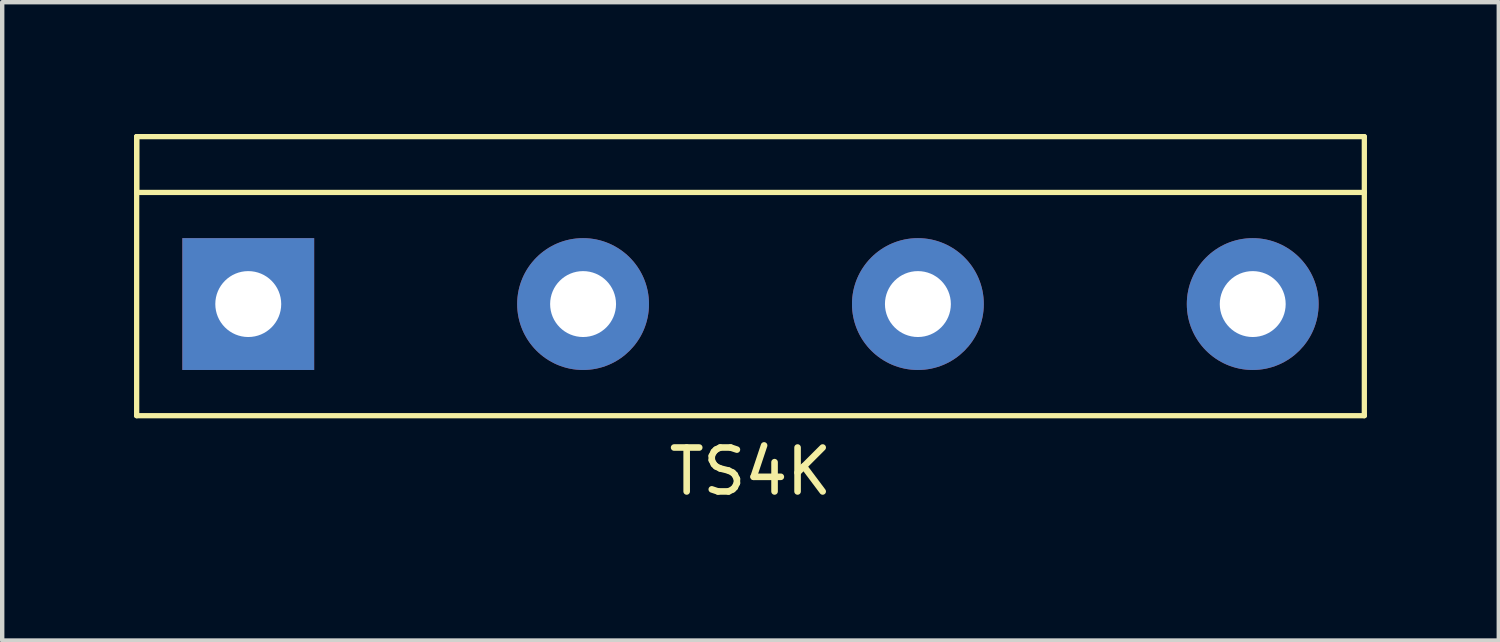
<source format=kicad_pcb>
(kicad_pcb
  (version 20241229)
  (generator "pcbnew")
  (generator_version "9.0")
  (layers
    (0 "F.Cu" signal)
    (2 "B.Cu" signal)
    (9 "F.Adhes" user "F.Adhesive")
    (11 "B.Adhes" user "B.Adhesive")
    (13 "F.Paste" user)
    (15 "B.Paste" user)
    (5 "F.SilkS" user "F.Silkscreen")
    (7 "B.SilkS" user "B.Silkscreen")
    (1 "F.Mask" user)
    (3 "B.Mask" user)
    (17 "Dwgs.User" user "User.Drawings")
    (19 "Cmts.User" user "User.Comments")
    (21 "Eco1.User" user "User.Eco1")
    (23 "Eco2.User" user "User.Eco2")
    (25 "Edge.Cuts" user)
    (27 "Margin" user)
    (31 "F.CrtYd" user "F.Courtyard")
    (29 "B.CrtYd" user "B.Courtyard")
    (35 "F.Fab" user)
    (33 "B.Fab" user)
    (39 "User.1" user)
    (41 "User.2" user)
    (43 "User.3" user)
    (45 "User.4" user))
  (footprint "TS4K"
    (layer "F.Cu")
    (at 14.03 3.87)
    (property "Reference" "TS4K" (at 0 3.81 0) (layer "F.SilkS") (effects (font (size 1 1) (thickness 0.15))))
    (attr through_hole)
    (fp_line (start -13.97 -3.81) (end -13.97 -2.54) (stroke (width 0.12) (type solid)) (layer "F.SilkS"))
    (fp_line (start -13.97 -3.81) (end 13.97 -3.81) (stroke (width 0.12) (type solid)) (layer "F.SilkS"))
    (fp_line (start -13.97 -2.54) (end 13.97 -2.54) (stroke (width 0.12) (type solid)) (layer "F.SilkS"))
    (fp_line (start -13.97 2.54) (end -13.97 -3.81) (stroke (width 0.12) (type solid)) (layer "F.SilkS"))
    (fp_line (start 13.97 -3.81) (end 13.97 2.54) (stroke (width 0.12) (type solid)) (layer "F.SilkS"))
    (fp_line (start 13.97 2.54) (end -13.97 2.54) (stroke (width 0.12) (type solid)) (layer "F.SilkS"))
    (pad "1" thru_hole rect (at -11.43 0) (size 3 3) (drill 1.5) (layers "*.Cu" "*.Mask"))
    (pad "2" thru_hole circle (at -3.81 0) (size 3 3) (drill 1.5) (layers "*.Cu" "*.Mask"))
    (pad "3" thru_hole circle (at 3.81 0) (size 3 3) (drill 1.5) (layers "*.Cu" "*.Mask"))
    (pad "4" thru_hole circle (at 11.43 0) (size 3 3) (drill 1.5) (layers "*.Cu" "*.Mask")))
  (gr_rect
    (start -3 -3)
    (end 31.06 11.528)
    (stroke (width 0.1) (type default))
    (fill no)
    (layer "Edge.Cuts")))
</source>
